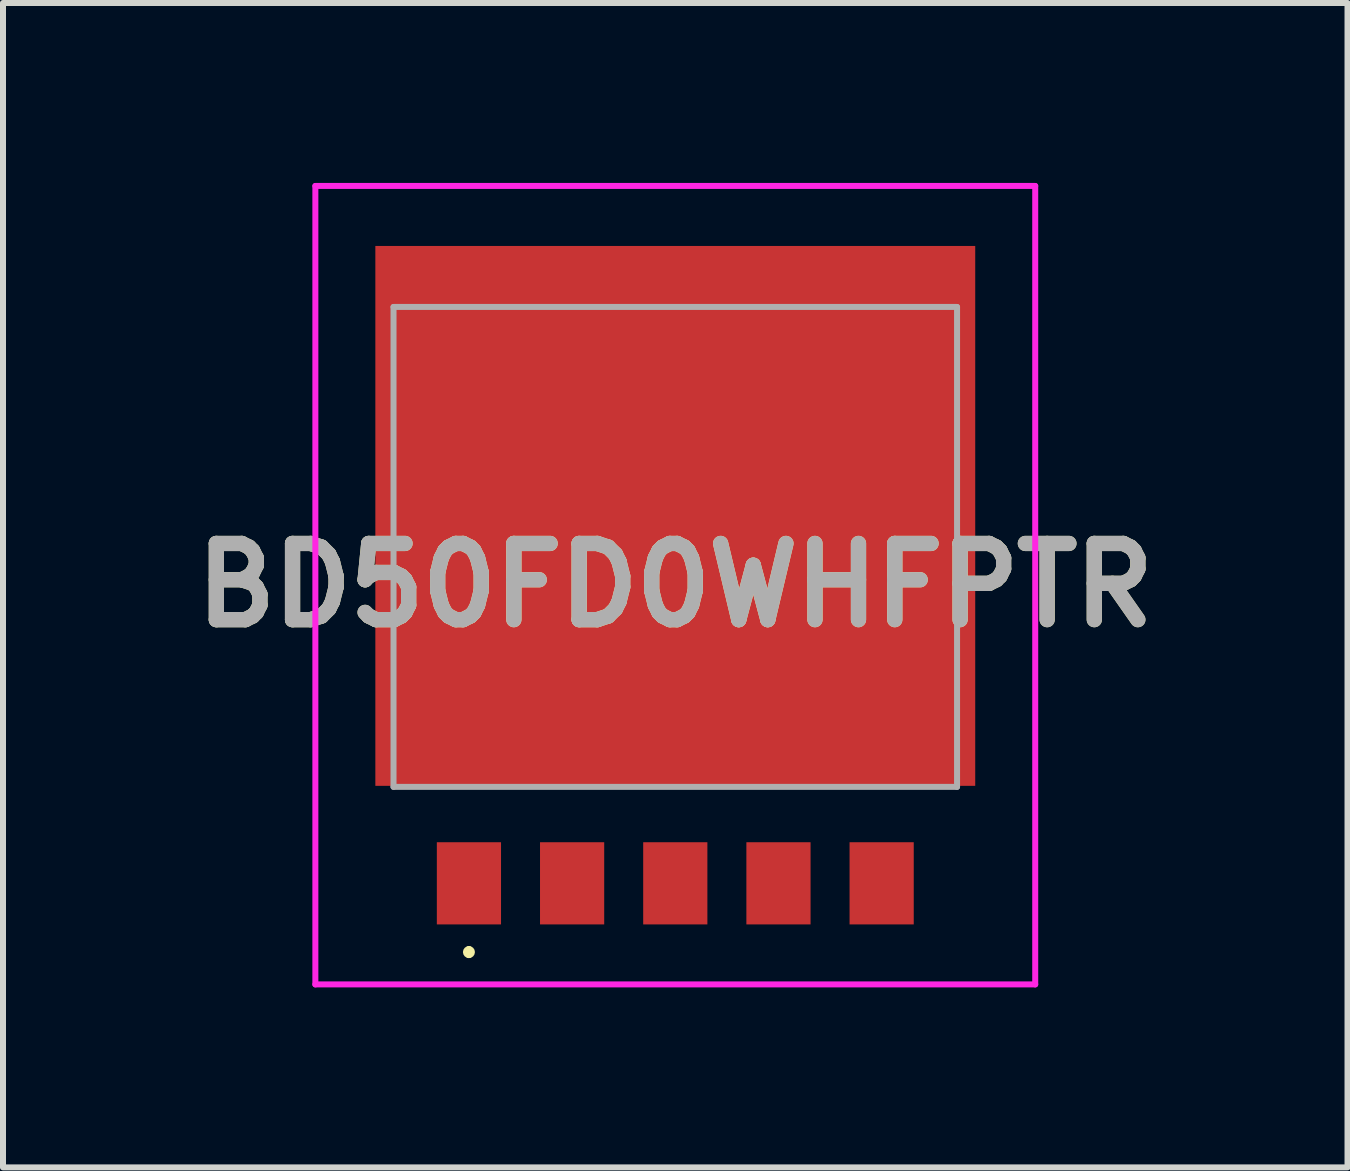
<source format=kicad_pcb>
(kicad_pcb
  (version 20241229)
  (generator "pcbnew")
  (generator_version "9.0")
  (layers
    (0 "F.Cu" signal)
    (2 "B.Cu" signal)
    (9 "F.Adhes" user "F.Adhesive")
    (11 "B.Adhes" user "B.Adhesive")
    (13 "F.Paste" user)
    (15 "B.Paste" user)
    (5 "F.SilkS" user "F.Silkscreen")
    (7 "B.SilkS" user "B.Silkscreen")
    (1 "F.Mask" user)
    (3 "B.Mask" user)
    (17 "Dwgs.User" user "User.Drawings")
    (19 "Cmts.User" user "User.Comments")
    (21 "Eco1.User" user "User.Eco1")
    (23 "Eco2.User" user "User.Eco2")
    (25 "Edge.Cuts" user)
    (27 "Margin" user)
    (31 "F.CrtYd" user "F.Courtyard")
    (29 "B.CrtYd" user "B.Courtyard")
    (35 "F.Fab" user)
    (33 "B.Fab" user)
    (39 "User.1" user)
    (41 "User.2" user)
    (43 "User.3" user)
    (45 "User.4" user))
  (footprint "BD50FD0WHFPTR"
    (layer "F.Cu")
    (at 8.207 6.705)
    (property "Reference" "BD50FD0WHFPTR" (at 0 0 0) (layer "F.SilkS") (effects (font (size 1.27 1.27) (thickness 0.254))))
    (attr smd)
    (fp_line (start -3.44 6.066) (end -3.44 6.066) (stroke (width 0.1) (type solid)) (layer "F.SilkS"))
    (fp_line (start -3.44 6.166) (end -3.44 6.166) (stroke (width 0.1) (type solid)) (layer "F.SilkS"))
    (fp_arc (start -3.44 6.066) (mid -3.39 6.116) (end -3.44 6.166) (stroke (width 0.1) (type solid)) (layer "F.SilkS"))
    (fp_arc (start -3.44 6.166) (mid -3.49 6.116) (end -3.44 6.066) (stroke (width 0.1) (type solid)) (layer "F.SilkS"))
    (fp_line (start -6 -6.655) (end 6 -6.655) (stroke (width 0.1) (type solid)) (layer "F.CrtYd"))
    (fp_line (start -6 6.655) (end -6 -6.655) (stroke (width 0.1) (type solid)) (layer "F.CrtYd"))
    (fp_line (start 6 -6.655) (end 6 6.655) (stroke (width 0.1) (type solid)) (layer "F.CrtYd"))
    (fp_line (start 6 6.655) (end -6 6.655) (stroke (width 0.1) (type solid)) (layer "F.CrtYd"))
    (fp_line (start -4.697 -4.638) (end 4.697 -4.638) (stroke (width 0.1) (type solid)) (layer "F.Fab"))
    (fp_line (start -4.697 3.362) (end -4.697 -4.638) (stroke (width 0.1) (type solid)) (layer "F.Fab"))
    (fp_line (start 4.697 -4.638) (end 4.697 3.362) (stroke (width 0.1) (type solid)) (layer "F.Fab"))
    (fp_line (start 4.697 3.362) (end -4.697 3.362) (stroke (width 0.1) (type solid)) (layer "F.Fab"))
    (fp_text user "${REFERENCE}" (at 0 0 0) (layer "F.Fab") (effects (font (size 1.27 1.27) (thickness 0.254))))
    (pad "1" smd rect (at -3.44 4.97) (size 1.07 1.37) (layers "F.Cu" "F.Mask" "F.Paste"))
    (pad "2" smd rect (at -1.72 4.97) (size 1.07 1.37) (layers "F.Cu" "F.Mask" "F.Paste"))
    (pad "3" smd rect (at 0 4.97) (size 1.07 1.37) (layers "F.Cu" "F.Mask" "F.Paste"))
    (pad "4" smd rect (at 1.72 4.97) (size 1.07 1.37) (layers "F.Cu" "F.Mask" "F.Paste"))
    (pad "5" smd rect (at 3.44 4.97) (size 1.07 1.37) (layers "F.Cu" "F.Mask" "F.Paste"))
    (pad "6" smd rect (at 0 -1.155 90) (size 9 10) (layers "F.Cu" "F.Mask" "F.Paste")))
  (gr_rect
    (start -3 -3)
    (end 19.413 16.41)
    (stroke (width 0.1) (type default))
    (fill no)
    (layer "Edge.Cuts")))
</source>
